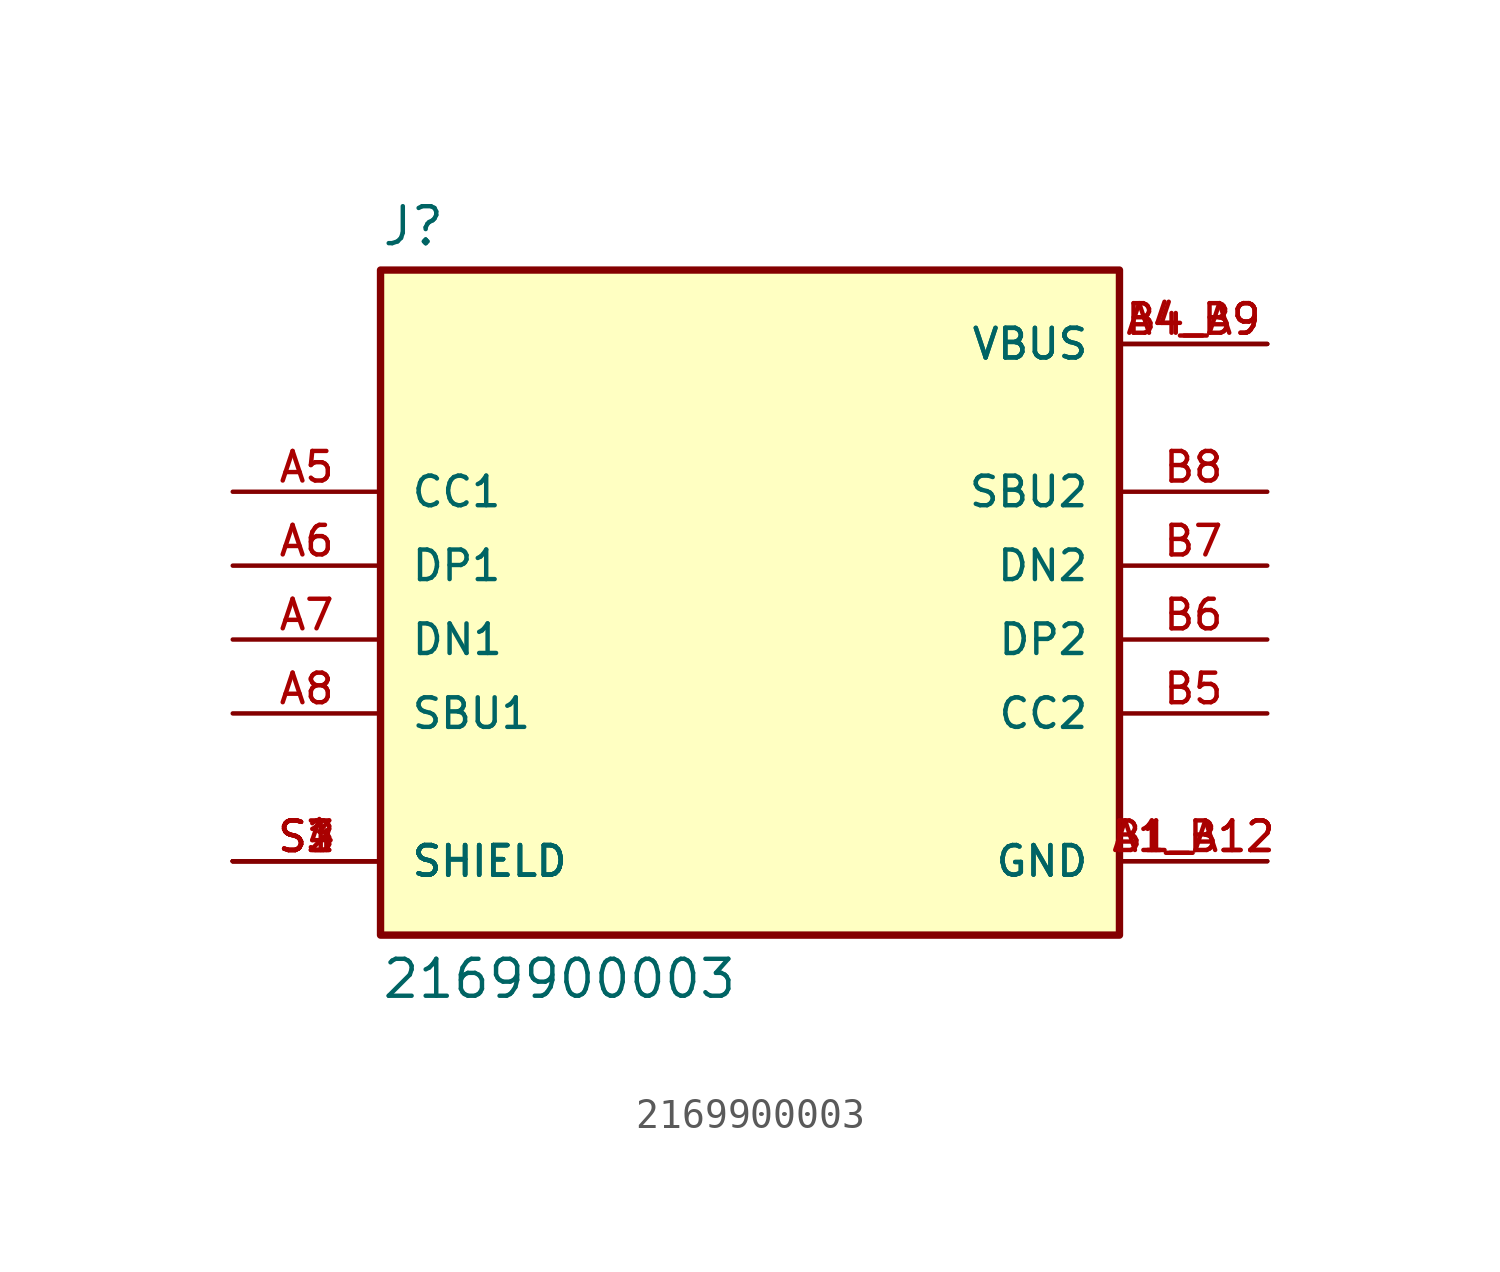
<source format=kicad_sym>
(kicad_symbol_lib
  (version 20211014)
  (generator kicad_symbol_editor)
  (symbol "2169900003"
    (pin_names
      (offset 1.016))
    (property "Reference" "J"
      (at -12.7 10.922 0)
      (effects (font (size 1.27 1.27)) (justify bottom left)))
    (property "Value" "2169900003"
      (at -12.7 -13.462 0.0)
      (effects (font (size 1.27 1.27)) (justify top left)))
    (symbol "2169900003_0_0"
      (rectangle (start -12.7 -12.7) (end 12.7 10.16) (stroke (width 0.254)) (fill (type background)))
      (pin bidirectional line (at -17.78 0.0 0) (length 5.08) (name "DP1" (effects (font (size 1.016 1.016)))) (number "A6" (effects (font (size 1.016 1.016)))))
      (pin bidirectional line (at -17.78 2.54 0) (length 5.08) (name "CC1" (effects (font (size 1.016 1.016)))) (number "A5" (effects (font (size 1.016 1.016)))))
      (pin bidirectional line (at -17.78 -5.08 0) (length 5.08) (name "SBU1" (effects (font (size 1.016 1.016)))) (number "A8" (effects (font (size 1.016 1.016)))))
      (pin bidirectional line (at -17.78 -2.54 0) (length 5.08) (name "DN1" (effects (font (size 1.016 1.016)))) (number "A7" (effects (font (size 1.016 1.016)))))
      (pin passive line (at -17.78 -10.16 0) (length 5.08) (name "SHIELD" (effects (font (size 1.016 1.016)))) (number "S1" (effects (font (size 1.016 1.016)))))
      (pin passive line (at -17.78 -10.16 0) (length 5.08) (name "SHIELD" (effects (font (size 1.016 1.016)))) (number "S2" (effects (font (size 1.016 1.016)))))
      (pin passive line (at -17.78 -10.16 0) (length 5.08) (name "SHIELD" (effects (font (size 1.016 1.016)))) (number "S3" (effects (font (size 1.016 1.016)))))
      (pin passive line (at -17.78 -10.16 0) (length 5.08) (name "SHIELD" (effects (font (size 1.016 1.016)))) (number "S4" (effects (font (size 1.016 1.016)))))
      (pin power_in line (at 17.78 -10.16 180.0) (length 5.08) (name "GND" (effects (font (size 1.016 1.016)))) (number "A1_B12" (effects (font (size 1.016 1.016)))))
      (pin power_in line (at 17.78 -10.16 180.0) (length 5.08) (name "GND" (effects (font (size 1.016 1.016)))) (number "B1_A12" (effects (font (size 1.016 1.016)))))
      (pin power_in line (at 17.78 7.62 180.0) (length 5.08) (name "VBUS" (effects (font (size 1.016 1.016)))) (number "A4_B9" (effects (font (size 1.016 1.016)))))
      (pin power_in line (at 17.78 7.62 180.0) (length 5.08) (name "VBUS" (effects (font (size 1.016 1.016)))) (number "B4_A9" (effects (font (size 1.016 1.016)))))
      (pin bidirectional line (at 17.78 -2.54 180.0) (length 5.08) (name "DP2" (effects (font (size 1.016 1.016)))) (number "B6" (effects (font (size 1.016 1.016)))))
      (pin bidirectional line (at 17.78 -5.08 180.0) (length 5.08) (name "CC2" (effects (font (size 1.016 1.016)))) (number "B5" (effects (font (size 1.016 1.016)))))
      (pin bidirectional line (at 17.78 2.54 180.0) (length 5.08) (name "SBU2" (effects (font (size 1.016 1.016)))) (number "B8" (effects (font (size 1.016 1.016)))))
      (pin bidirectional line (at 17.78 0.0 180.0) (length 5.08) (name "DN2" (effects (font (size 1.016 1.016)))) (number "B7" (effects (font (size 1.016 1.016))))))))
</source>
